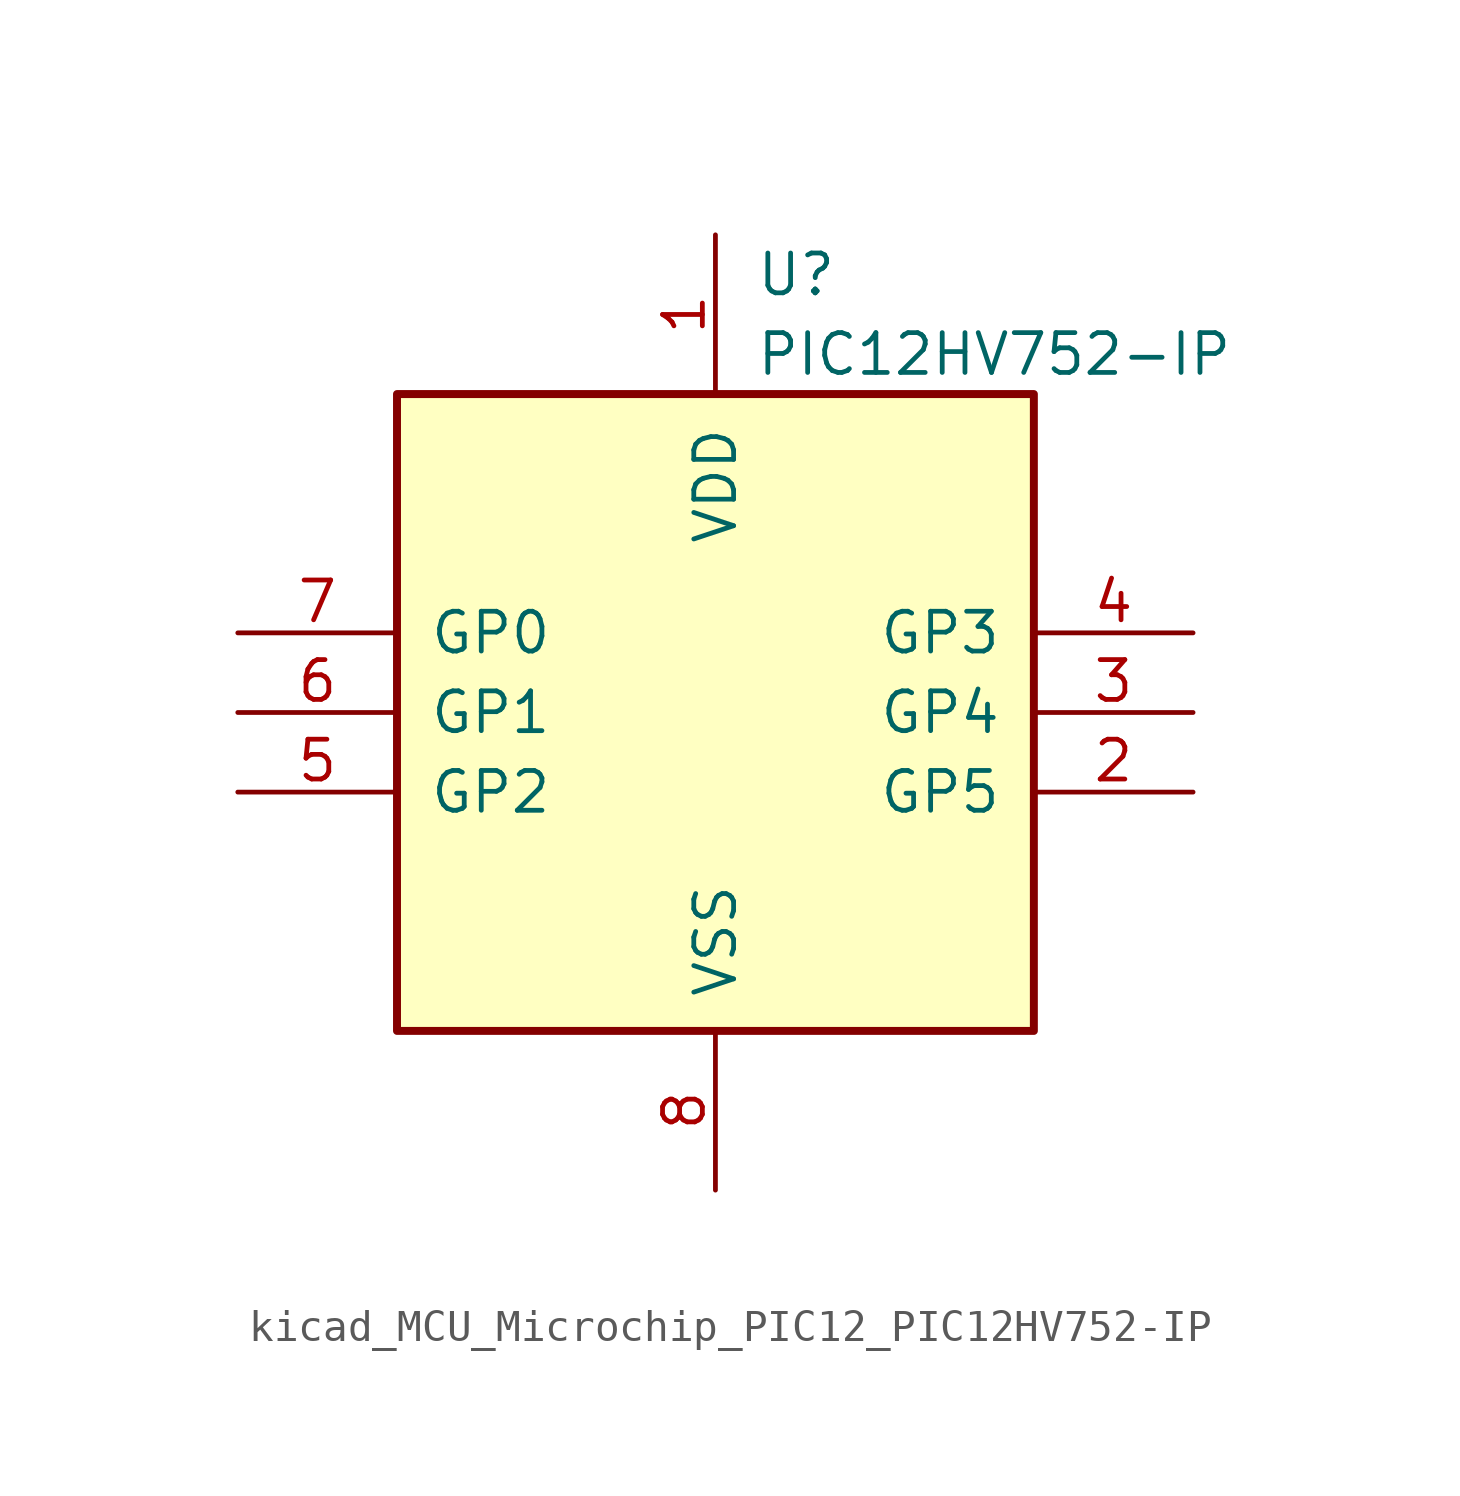
<source format=kicad_sym>
(kicad_symbol_lib
  (version 20220914)
  (generator kicad_symbol_editor)
  (symbol "kicad_MCU_Microchip_PIC12_PIC12HV752-IP"
    (pin_names
      (offset 1.016))
    (property "Reference" "U"
      (at 1.27 13.97 0)
      (effects (font (size 1.27 1.27)) (justify left)))
    (property "Value" "PIC12HV752-IP"
      (at 1.27 11.43 0)
      (effects (font (size 1.27 1.27)) (justify left)))
    (symbol "kicad_MCU_Microchip_PIC12_PIC12HV752-IP_0_1"
      (rectangle (start 10.16 -10.16) (end -10.16 10.16) (stroke (width 0.254) (type default)) (fill (type background))))
    (symbol "kicad_MCU_Microchip_PIC12_PIC12HV752-IP_1_1"
      (pin power_in line (at 0 15.24 270) (length 5.08) (name "VDD" (effects (font (size 1.27 1.27)))) (number "1" (effects (font (size 1.27 1.27)))))
      (pin bidirectional line (at 15.24 -2.54 180) (length 5.08) (name "GP5" (effects (font (size 1.27 1.27)))) (number "2" (effects (font (size 1.27 1.27)))))
      (pin bidirectional line (at 15.24 0 180) (length 5.08) (name "GP4" (effects (font (size 1.27 1.27)))) (number "3" (effects (font (size 1.27 1.27)))))
      (pin input line (at 15.24 2.54 180) (length 5.08) (name "GP3" (effects (font (size 1.27 1.27)))) (number "4" (effects (font (size 1.27 1.27)))))
      (pin bidirectional line (at -15.24 -2.54 0) (length 5.08) (name "GP2" (effects (font (size 1.27 1.27)))) (number "5" (effects (font (size 1.27 1.27)))))
      (pin bidirectional line (at -15.24 0 0) (length 5.08) (name "GP1" (effects (font (size 1.27 1.27)))) (number "6" (effects (font (size 1.27 1.27)))))
      (pin bidirectional line (at -15.24 2.54 0) (length 5.08) (name "GP0" (effects (font (size 1.27 1.27)))) (number "7" (effects (font (size 1.27 1.27)))))
      (pin power_in line (at 0 -15.24 90) (length 5.08) (name "VSS" (effects (font (size 1.27 1.27)))) (number "8" (effects (font (size 1.27 1.27))))))))
</source>
